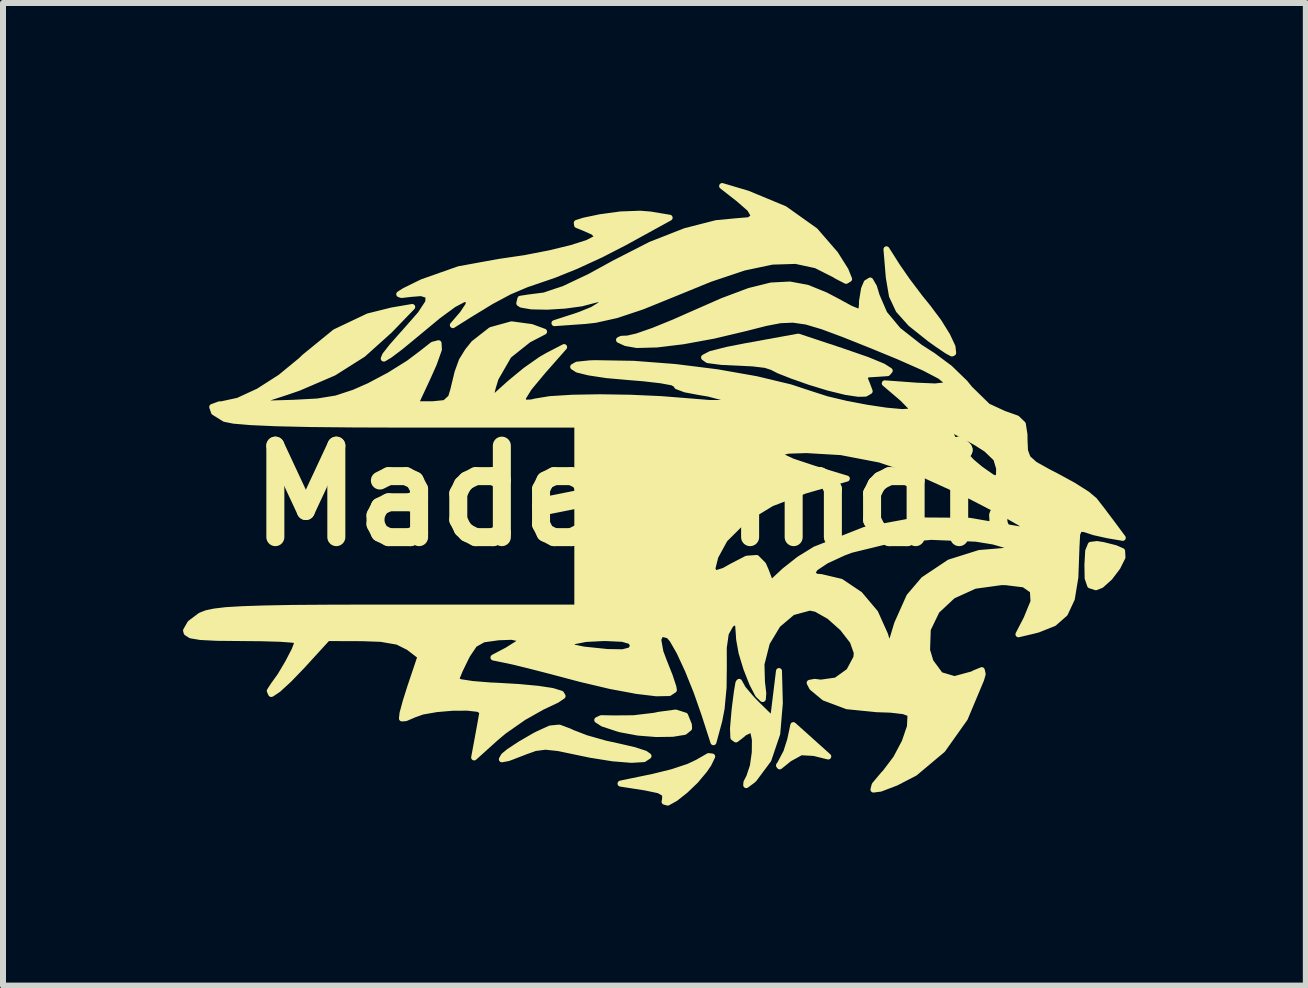
<source format=kicad_pcb>
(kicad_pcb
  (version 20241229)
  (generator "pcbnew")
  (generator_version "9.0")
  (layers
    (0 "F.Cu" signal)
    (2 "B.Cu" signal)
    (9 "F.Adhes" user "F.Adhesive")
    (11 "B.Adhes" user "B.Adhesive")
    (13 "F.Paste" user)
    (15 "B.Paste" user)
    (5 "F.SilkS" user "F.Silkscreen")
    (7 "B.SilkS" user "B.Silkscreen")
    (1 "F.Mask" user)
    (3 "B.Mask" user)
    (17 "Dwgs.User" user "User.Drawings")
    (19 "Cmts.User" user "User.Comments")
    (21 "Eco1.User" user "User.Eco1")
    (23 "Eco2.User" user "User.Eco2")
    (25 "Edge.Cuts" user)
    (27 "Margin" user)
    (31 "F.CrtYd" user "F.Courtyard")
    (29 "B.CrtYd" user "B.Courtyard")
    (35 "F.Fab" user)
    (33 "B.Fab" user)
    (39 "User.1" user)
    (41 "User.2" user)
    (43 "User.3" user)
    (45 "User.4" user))
  (footprint "MadeInIndia"
    (layer "F.Cu")
    (at 7.924 5.21)
    (property "Reference" "MadeInIndia" (at 0 0 0) (layer "F.SilkS") (effects (font (size 1.524 1.524) (thickness 0.3))))
    (attr through_hole)
    (fp_poly (pts (xy 2.826 4.344) (xy 2.587 4.285) (xy 2.372 4.273) (xy 2.174 4.382) (xy 2.129 4.419) (xy 2.017 4.509) (xy 2.005 4.493) (xy 2.024 4.466) (xy 2.127 4.271) (xy 2.191 4.07) (xy 2.244 3.822) (xy 2.535 4.083) (xy 2.826 4.344)) (stroke (width 0.1) (type solid)) (fill yes) (layer "F.SilkS"))
    (fp_poly (pts (xy 7.728 1.025) (xy 7.646 1.189) (xy 7.516 1.361) (xy 7.374 1.489) (xy 7.284 1.524) (xy 7.189 1.493) (xy 7.148 1.373) (xy 7.144 1.15) (xy 7.157 0.92) (xy 7.199 0.818) (xy 7.305 0.805) (xy 7.408 0.822) (xy 7.608 0.872) (xy 7.722 0.922) (xy 7.728 1.025)) (stroke (width 0.1) (type solid)) (fill yes) (layer "F.SilkS"))
    (fp_poly (pts (xy 0.507 3.873) (xy 0.432 3.934) (xy 0.235 3.966) (xy -0.039 3.97) (xy -0.343 3.946) (xy -0.634 3.892) (xy -0.677 3.88) (xy -0.929 3.797) (xy -1.023 3.737) (xy -0.957 3.706) (xy -0.737 3.71) (xy -0.416 3.707) (xy -0.072 3.666) (xy -0.002 3.651) (xy 0.282 3.612) (xy 0.442 3.663) (xy 0.504 3.816) (xy 0.507 3.873)) (stroke (width 0.1) (type solid)) (fill yes) (layer "F.SilkS"))
    (fp_poly (pts (xy 4.907 -2.38) (xy 4.887 -2.371) (xy 4.804 -2.416) (xy 4.633 -2.532) (xy 4.521 -2.612) (xy 4.2 -2.868) (xy 3.999 -3.092) (xy 3.887 -3.331) (xy 3.836 -3.631) (xy 3.833 -3.661) (xy 3.796 -4.106) (xy 3.981 -3.815) (xy 4.144 -3.58) (xy 4.357 -3.298) (xy 4.487 -3.138) (xy 4.666 -2.899) (xy 4.809 -2.668) (xy 4.896 -2.482) (xy 4.907 -2.38)) (stroke (width 0.1) (type solid)) (fill yes) (layer "F.SilkS"))
    (fp_poly (pts (xy 0.892 4.345) (xy 0.831 4.471) (xy 0.764 4.569) (xy 0.617 4.745) (xy 0.444 4.911) (xy 0.278 5.042) (xy 0.152 5.112) (xy 0.099 5.098) (xy 0.107 5.059) (xy 0.109 4.968) (xy 0.006 4.908) (xy -0.233 4.858) (xy -0.237 4.858) (xy -0.635 4.796) (xy -0.09 4.683) (xy 0.226 4.605) (xy 0.5 4.514) (xy 0.648 4.444) (xy 0.832 4.338) (xy 0.892 4.345)) (stroke (width 0.1) (type solid)) (fill yes) (layer "F.SilkS"))
    (fp_poly (pts (xy -0.169 4.337) (xy -0.246 4.388) (xy -0.455 4.4) (xy -0.763 4.375) (xy -1.139 4.315) (xy -1.35 4.271) (xy -1.67 4.204) (xy -1.886 4.181) (xy -2.057 4.203) (xy -2.242 4.269) (xy -2.245 4.271) (xy -2.502 4.37) (xy -2.612 4.391) (xy -2.58 4.334) (xy -2.498 4.266) (xy -2.31 4.141) (xy -2.065 3.999) (xy -2.019 3.975) (xy -1.807 3.878) (xy -1.656 3.863) (xy -1.483 3.928) (xy -1.443 3.948) (xy -1.209 4.038) (xy -0.892 4.128) (xy -0.673 4.176) (xy -0.408 4.237) (xy -0.225 4.297) (xy -0.169 4.337)) (stroke (width 0.1) (type solid)) (fill yes) (layer "F.SilkS"))
    (fp_poly (pts (xy 2.019 3.454) (xy 1.976 3.964) (xy 1.829 4.398) (xy 1.589 4.721) (xy 1.559 4.747) (xy 1.459 4.821) (xy 1.463 4.775) (xy 1.51 4.683) (xy 1.57 4.503) (xy 1.602 4.277) (xy 1.604 4.063) (xy 1.574 3.921) (xy 1.541 3.895) (xy 1.428 3.948) (xy 1.373 3.995) (xy 1.288 4.06) (xy 1.245 4.028) (xy 1.239 3.876) (xy 1.264 3.583) (xy 1.272 3.514) (xy 1.304 3.265) (xy 1.329 3.118) (xy 1.342 3.101) (xy 1.406 3.215) (xy 1.553 3.388) (xy 1.63 3.467) (xy 1.905 3.737) (xy 1.955 3.329) (xy 2.005 2.921) (xy 2.019 3.454)) (stroke (width 0.1) (type solid)) (fill yes) (layer "F.SilkS"))
    (fp_poly (pts (xy 3.85 -2.084) (xy 3.814 -2.043) (xy 3.655 -2.032) (xy 3.474 -2.021) (xy 3.428 -1.967) (xy 3.471 -1.863) (xy 3.516 -1.742) (xy 3.445 -1.701) (xy 3.326 -1.699) (xy 3.126 -1.728) (xy 2.832 -1.8) (xy 2.52 -1.895) (xy 2.23 -1.997) (xy 2.006 -2.085) (xy 1.894 -2.142) (xy 1.892 -2.143) (xy 1.779 -2.18) (xy 1.561 -2.206) (xy 1.446 -2.211) (xy 1.048 -2.23) (xy 0.818 -2.26) (xy 0.757 -2.304) (xy 0.865 -2.361) (xy 1.141 -2.431) (xy 1.442 -2.49) (xy 2.327 -2.651) (xy 3.047 -2.412) (xy 3.472 -2.265) (xy 3.737 -2.156) (xy 3.85 -2.084)) (stroke (width 0.1) (type solid)) (fill yes) (layer "F.SilkS"))
    (fp_poly (pts (xy 3.173 -3.611) (xy 3.123 -3.581) (xy 2.963 -3.664) (xy 2.93 -3.685) (xy 2.623 -3.84) (xy 2.284 -3.913) (xy 1.892 -3.901) (xy 1.423 -3.802) (xy 0.855 -3.612) (xy 0.273 -3.374) (xy -0.269 -3.154) (xy -0.7 -3.01) (xy -1.055 -2.931) (xy -1.228 -2.912) (xy -1.736 -2.876) (xy -1.333 -3.007) (xy -1.103 -3.099) (xy -0.957 -3.189) (xy -0.931 -3.229) (xy -0.993 -3.28) (xy -1.079 -3.26) (xy -1.287 -3.205) (xy -1.564 -3.168) (xy -1.859 -3.15) (xy -2.117 -3.155) (xy -2.287 -3.184) (xy -2.322 -3.207) (xy -2.304 -3.282) (xy -2.177 -3.302) (xy -1.904 -3.337) (xy -1.57 -3.45) (xy -1.147 -3.65) (xy -0.735 -3.876) (xy -0.133 -4.184) (xy 0.444 -4.41) (xy 0.961 -4.542) (xy 1.278 -4.572) (xy 1.513 -4.592) (xy 1.593 -4.659) (xy 1.519 -4.783) (xy 1.333 -4.945) (xy 1.058 -5.16) (xy 1.482 -5.034) (xy 2.099 -4.778) (xy 2.607 -4.417) (xy 2.944 -4.028) (xy 3.114 -3.758) (xy 3.173 -3.611)) (stroke (width 0.1) (type solid)) (fill yes) (layer "F.SilkS"))
    (fp_poly (pts (xy 0.183 -4.632) (xy -0.565 -4.221) (xy -0.96 -4.018) (xy -1.375 -3.827) (xy -1.742 -3.679) (xy -1.861 -3.638) (xy -2.201 -3.522) (xy -2.49 -3.399) (xy -2.791 -3.238) (xy -3.166 -3.009) (xy -3.182 -2.999) (xy -3.429 -2.843) (xy -3.267 -3.031) (xy -3.168 -3.18) (xy -3.159 -3.272) (xy -3.246 -3.277) (xy -3.416 -3.187) (xy -3.68 -2.993) (xy -4.05 -2.686) (xy -4.06 -2.678) (xy -4.294 -2.485) (xy -4.479 -2.345) (xy -4.577 -2.286) (xy -4.58 -2.286) (xy -4.557 -2.342) (xy -4.441 -2.49) (xy -4.256 -2.699) (xy -4.227 -2.731) (xy -3.968 -3.026) (xy -3.838 -3.225) (xy -3.834 -3.338) (xy -3.956 -3.377) (xy -4.128 -3.363) (xy -4.283 -3.345) (xy -4.322 -3.358) (xy -4.234 -3.414) (xy -4.007 -3.526) (xy -3.937 -3.56) (xy -3.33 -3.774) (xy -2.667 -3.895) (xy -2.226 -3.96) (xy -1.811 -4.041) (xy -1.453 -4.128) (xy -1.183 -4.214) (xy -1.035 -4.291) (xy -1.016 -4.323) (xy -1.087 -4.394) (xy -1.247 -4.465) (xy -1.359 -4.51) (xy -1.364 -4.546) (xy -1.241 -4.585) (xy -0.972 -4.641) (xy -0.634 -4.687) (xy -0.308 -4.699) (xy -0.141 -4.686) (xy 0.183 -4.632)) (stroke (width 0.1) (type solid)) (fill yes) (layer "F.SilkS"))
    (fp_poly (pts (xy 7.733 0.701) (xy 7.486 0.659) (xy 7.256 0.608) (xy 7.101 0.557) (xy 7.014 0.547) (xy 6.973 0.637) (xy 6.961 0.861) (xy 6.961 0.863) (xy 6.943 1.359) (xy 6.884 1.717) (xy 6.77 1.962) (xy 6.586 2.124) (xy 6.319 2.23) (xy 6.236 2.251) (xy 5.995 2.308) (xy 6.13 2.047) (xy 6.246 1.764) (xy 6.235 1.579) (xy 6.153 1.522) (xy 6.153 0.548) (xy 6.026 0.453) (xy 5.749 0.294) (xy 5.673 0.254) (xy 5.673 -0.458) (xy 5.625 -0.619) (xy 5.462 -0.776) (xy 5.298 -0.881) (xy 5.074 -1.006) (xy 4.914 -1.086) (xy 4.87 -1.101) (xy 4.852 -1.047) (xy 4.924 -0.914) (xy 5.055 -0.74) (xy 5.216 -0.566) (xy 5.36 -0.445) (xy 5.553 -0.31) (xy 5.644 -0.271) (xy 5.671 -0.331) (xy 5.673 -0.458) (xy 5.673 0.254) (xy 5.321 0.071) (xy 5.103 -0.04) (xy 4.358 -0.378) (xy 3.684 -0.603) (xy 3.039 -0.727) (xy 2.46 -0.761) (xy 2.158 -0.751) (xy 2.018 -0.717) (xy 2.041 -0.659) (xy 2.227 -0.572) (xy 2.579 -0.455) (xy 2.605 -0.447) (xy 3.135 -0.286) (xy 2.437 -0.085) (xy 1.88 0.127) (xy 1.427 0.403) (xy 1.101 0.727) (xy 0.945 1.013) (xy 0.893 1.221) (xy 0.938 1.298) (xy 1.091 1.25) (xy 1.215 1.18) (xy 1.468 1.049) (xy 1.632 1.037) (xy 1.742 1.148) (xy 1.783 1.241) (xy 1.868 1.465) (xy 2.098 1.25) (xy 2.343 1.057) (xy 2.611 0.892) (xy 2.613 0.892) (xy 3.432 0.569) (xy 4.285 0.411) (xy 5.175 0.417) (xy 5.969 0.553) (xy 6.133 0.58) (xy 6.153 0.548) (xy 6.153 1.522) (xy 6.087 1.477) (xy 5.851 1.448) (xy 5.851 0.873) (xy 5.769 0.818) (xy 5.576 0.762) (xy 5.291 0.716) (xy 5.279 0.715) (xy 4.541 0.685) (xy 3.834 0.748) (xy 3.211 0.9) (xy 3.084 0.947) (xy 2.79 1.083) (xy 2.607 1.205) (xy 2.55 1.299) (xy 2.631 1.35) (xy 2.706 1.355) (xy 3.037 1.433) (xy 3.35 1.643) (xy 3.609 1.95) (xy 3.774 2.318) (xy 3.778 2.333) (xy 3.817 2.465) (xy 3.851 2.486) (xy 3.899 2.379) (xy 3.974 2.131) (xy 4.176 1.679) (xy 4.416 1.397) (xy 4.845 1.111) (xy 5.344 0.954) (xy 5.609 0.932) (xy 5.804 0.915) (xy 5.851 0.873) (xy 5.851 1.448) (xy 5.79 1.44) (xy 5.71 1.439) (xy 5.267 1.5) (xy 4.901 1.666) (xy 4.633 1.916) (xy 4.484 2.225) (xy 4.472 2.573) (xy 4.53 2.765) (xy 4.693 2.986) (xy 4.929 3.056) (xy 5.227 2.975) (xy 5.263 2.956) (xy 5.384 2.906) (xy 5.399 2.971) (xy 5.373 3.062) (xy 5.102 3.708) (xy 4.731 4.231) (xy 4.269 4.619) (xy 3.956 4.781) (xy 3.696 4.88) (xy 3.579 4.895) (xy 3.599 4.818) (xy 3.747 4.642) (xy 3.776 4.612) (xy 3.956 4.374) (xy 4.1 4.102) (xy 4.187 3.846) (xy 4.196 3.659) (xy 4.183 3.627) (xy 4.081 3.589) (xy 3.862 3.564) (xy 3.631 3.556) (xy 3.14 3.507) (xy 2.761 3.365) (xy 2.557 3.196) (xy 2.516 3.117) (xy 2.6 3.101) (xy 2.703 3.114) (xy 2.958 3.078) (xy 3.173 2.924) (xy 3.293 2.7) (xy 3.302 2.616) (xy 3.234 2.424) (xy 3.065 2.206) (xy 2.844 2.009) (xy 2.623 1.884) (xy 2.518 1.863) (xy 2.23 1.941) (xy 1.984 2.149) (xy 1.803 2.45) (xy 1.713 2.806) (xy 1.721 3.099) (xy 1.743 3.291) (xy 1.736 3.385) (xy 1.732 3.387) (xy 1.655 3.313) (xy 1.558 3.125) (xy 1.46 2.875) (xy 1.381 2.614) (xy 1.341 2.391) (xy 1.34 2.369) (xy 1.325 2.158) (xy 1.29 2.089) (xy 1.217 2.134) (xy 1.196 2.154) (xy 1.119 2.293) (xy 1.085 2.531) (xy 1.086 2.837) (xy 1.082 3.195) (xy 1.049 3.545) (xy 1.01 3.748) (xy 0.913 4.106) (xy 0.763 3.641) (xy 0.631 3.263) (xy 0.486 2.904) (xy 0.346 2.602) (xy 0.227 2.395) (xy 0.167 2.327) (xy 0.039 2.295) (xy -0.008 2.394) (xy 0.03 2.604) (xy 0.089 2.761) (xy 0.185 3.003) (xy 0.245 3.185) (xy 0.254 3.236) (xy 0.177 3.287) (xy -0.04 3.291) (xy -0.373 3.251) (xy -0.423 3.241) (xy -0.423 2.498) (xy -0.463 2.424) (xy -0.602 2.384) (xy -0.873 2.371) (xy -0.926 2.371) (xy -1.216 2.386) (xy -1.409 2.424) (xy -1.489 2.474) (xy -1.435 2.525) (xy -1.25 2.563) (xy -0.854 2.604) (xy -0.599 2.608) (xy -0.463 2.573) (xy -0.423 2.498) (xy -0.423 3.241) (xy -0.8 3.171) (xy -1.299 3.053) (xy -1.439 3.016) (xy -1.816 2.916) (xy -2.159 2.828) (xy -2.416 2.765) (xy -2.498 2.747) (xy -2.752 2.695) (xy -2.519 2.572) (xy -2.332 2.454) (xy -2.309 2.379) (xy -2.449 2.35) (xy -2.67 2.358) (xy -2.92 2.393) (xy -3.069 2.476) (xy -3.186 2.649) (xy -3.211 2.697) (xy -3.313 2.907) (xy -3.372 3.051) (xy -3.378 3.072) (xy -3.304 3.106) (xy -3.1 3.137) (xy -2.804 3.161) (xy -2.688 3.166) (xy -2.328 3.187) (xy -2.007 3.217) (xy -1.783 3.251) (xy -1.753 3.258) (xy -1.625 3.298) (xy -1.601 3.338) (xy -1.697 3.403) (xy -1.931 3.514) (xy -1.935 3.515) (xy -2.251 3.693) (xy -2.58 3.923) (xy -2.713 4.035) (xy -3.074 4.36) (xy -3.011 4.022) (xy -2.968 3.786) (xy -2.939 3.622) (xy -2.935 3.598) (xy -3 3.552) (xy -3.183 3.531) (xy -3.433 3.532) (xy -3.701 3.555) (xy -3.936 3.596) (xy -4.068 3.643) (xy -4.216 3.706) (xy -4.277 3.71) (xy -4.267 3.622) (xy -4.212 3.419) (xy -4.136 3.179) (xy -3.967 2.677) (xy -4.163 2.526) (xy -4.35 2.432) (xy -4.628 2.384) (xy -4.938 2.373) (xy -5.516 2.371) (xy -5.941 2.836) (xy -6.159 3.062) (xy -6.339 3.227) (xy -6.449 3.301) (xy -6.456 3.302) (xy -6.479 3.251) (xy -6.416 3.154) (xy -6.304 2.998) (xy -6.177 2.784) (xy -6.068 2.575) (xy -6.013 2.432) (xy -6.011 2.417) (xy -6.09 2.399) (xy -6.304 2.383) (xy -6.62 2.374) (xy -6.943 2.371) (xy -7.361 2.367) (xy -7.636 2.353) (xy -7.795 2.326) (xy -7.864 2.282) (xy -7.874 2.246) (xy -7.805 2.125) (xy -7.639 2) (xy -7.624 1.992) (xy -7.534 1.957) (xy -7.401 1.929) (xy -7.208 1.906) (xy -6.938 1.89) (xy -6.575 1.878) (xy -6.101 1.869) (xy -5.499 1.865) (xy -4.753 1.863) (xy -4.365 1.863) (xy -1.355 1.863) (xy -1.355 0.339) (xy -1.355 -1.185) (xy -4.187 -1.185) (xy -5.076 -1.188) (xy -5.804 -1.195) (xy -6.375 -1.208) (xy -6.799 -1.227) (xy -7.081 -1.251) (xy -7.229 -1.281) (xy -7.235 -1.284) (xy -7.408 -1.392) (xy -7.438 -1.479) (xy -7.319 -1.523) (xy -7.28 -1.524) (xy -7.007 -1.583) (xy -6.665 -1.741) (xy -6.301 -1.974) (xy -5.958 -2.256) (xy -5.9 -2.312) (xy -5.391 -2.727) (xy -4.839 -2.989) (xy -4.445 -3.087) (xy -4.106 -3.145) (xy -4.487 -2.751) (xy -4.926 -2.357) (xy -5.412 -2.05) (xy -5.998 -1.798) (xy -6.208 -1.726) (xy -6.816 -1.528) (xy -6.096 -1.548) (xy -5.686 -1.57) (xy -5.371 -1.621) (xy -5.076 -1.718) (xy -4.822 -1.83) (xy -4.488 -2.007) (xy -4.167 -2.207) (xy -3.954 -2.367) (xy -3.764 -2.516) (xy -3.667 -2.541) (xy -3.661 -2.438) (xy -3.746 -2.199) (xy -3.849 -1.968) (xy -4.056 -1.524) (xy -3.765 -1.524) (xy -3.56 -1.545) (xy -3.46 -1.636) (xy -3.423 -1.757) (xy -3.351 -2.055) (xy -3.28 -2.251) (xy -3.181 -2.411) (xy -3.079 -2.538) (xy -2.794 -2.761) (xy -2.451 -2.856) (xy -2.119 -2.811) (xy -1.909 -2.734) (xy -2.169 -2.599) (xy -2.498 -2.337) (xy -2.717 -1.956) (xy -2.762 -1.808) (xy -2.822 -1.566) (xy -2.474 -1.879) (xy -2.219 -2.089) (xy -1.961 -2.27) (xy -1.851 -2.334) (xy -1.575 -2.477) (xy -1.931 -2.073) (xy -2.159 -1.799) (xy -2.265 -1.628) (xy -2.25 -1.549) (xy -2.119 -1.554) (xy -2.053 -1.57) (xy -1.809 -1.61) (xy -1.437 -1.633) (xy -0.978 -1.641) (xy -0.471 -1.633) (xy 0.043 -1.61) (xy 0.456 -1.577) (xy 0.853 -1.545) (xy 1.088 -1.546) (xy 1.16 -1.58) (xy 1.157 -1.587) (xy 1.049 -1.645) (xy 0.831 -1.702) (xy 0.676 -1.728) (xy 0.443 -1.772) (xy 0.307 -1.823) (xy 0.291 -1.853) (xy 0.231 -1.888) (xy 0.036 -1.924) (xy -0.26 -1.958) (xy -0.484 -1.976) (xy -0.868 -2.01) (xy -1.163 -2.055) (xy -1.353 -2.102) (xy -1.424 -2.148) (xy -1.36 -2.184) (xy -1.148 -2.206) (xy -1.054 -2.209) (xy -0.415 -2.198) (xy 0.275 -2.145) (xy 0.971 -2.058) (xy 1.625 -1.943) (xy 2.193 -1.807) (xy 2.551 -1.689) (xy 2.8 -1.609) (xy 3.12 -1.533) (xy 3.465 -1.467) (xy 3.792 -1.418) (xy 4.055 -1.394) (xy 4.212 -1.403) (xy 4.23 -1.412) (xy 4.198 -1.483) (xy 4.07 -1.615) (xy 4.018 -1.66) (xy 3.768 -1.873) (xy 4.297 -1.834) (xy 4.607 -1.821) (xy 4.778 -1.84) (xy 4.807 -1.897) (xy 4.69 -1.993) (xy 4.424 -2.132) (xy 4.003 -2.318) (xy 3.556 -2.502) (xy 3.083 -2.691) (xy 2.73 -2.822) (xy 2.461 -2.902) (xy 2.238 -2.934) (xy 2.026 -2.925) (xy 1.786 -2.879) (xy 1.483 -2.802) (xy 1.465 -2.797) (xy 0.917 -2.667) (xy 0.409 -2.574) (xy -0.028 -2.521) (xy -0.363 -2.512) (xy -0.546 -2.544) (xy -0.66 -2.596) (xy -0.618 -2.615) (xy -0.517 -2.619) (xy -0.357 -2.656) (xy -0.087 -2.75) (xy 0.25 -2.887) (xy 0.499 -2.997) (xy 1.063 -3.245) (xy 1.511 -3.413) (xy 1.875 -3.503) (xy 2.186 -3.519) (xy 2.477 -3.465) (xy 2.777 -3.343) (xy 2.953 -3.251) (xy 3.196 -3.119) (xy 3.326 -3.066) (xy 3.378 -3.09) (xy 3.388 -3.189) (xy 3.388 -3.239) (xy 3.422 -3.447) (xy 3.465 -3.549) (xy 3.526 -3.586) (xy 3.588 -3.48) (xy 3.632 -3.334) (xy 3.761 -3.035) (xy 3.992 -2.758) (xy 4.351 -2.476) (xy 4.573 -2.333) (xy 4.85 -2.127) (xy 5.103 -1.882) (xy 5.182 -1.784) (xy 5.483 -1.49) (xy 5.752 -1.366) (xy 5.969 -1.289) (xy 6.068 -1.194) (xy 6.095 -1.021) (xy 6.096 -0.929) (xy 6.104 -0.75) (xy 6.149 -0.627) (xy 6.266 -0.522) (xy 6.488 -0.398) (xy 6.624 -0.328) (xy 6.907 -0.174) (xy 7.136 -0.029) (xy 7.26 0.075) (xy 7.386 0.237) (xy 7.542 0.444) (xy 7.551 0.456) (xy 7.733 0.701)) (stroke (width 0.1) (type solid)) (fill yes) (layer "F.SilkS")))
  (gr_rect
    (start -3 -3)
    (end 18.707 13.372)
    (stroke (width 0.1) (type default))
    (fill no)
    (layer "Edge.Cuts")))
</source>
